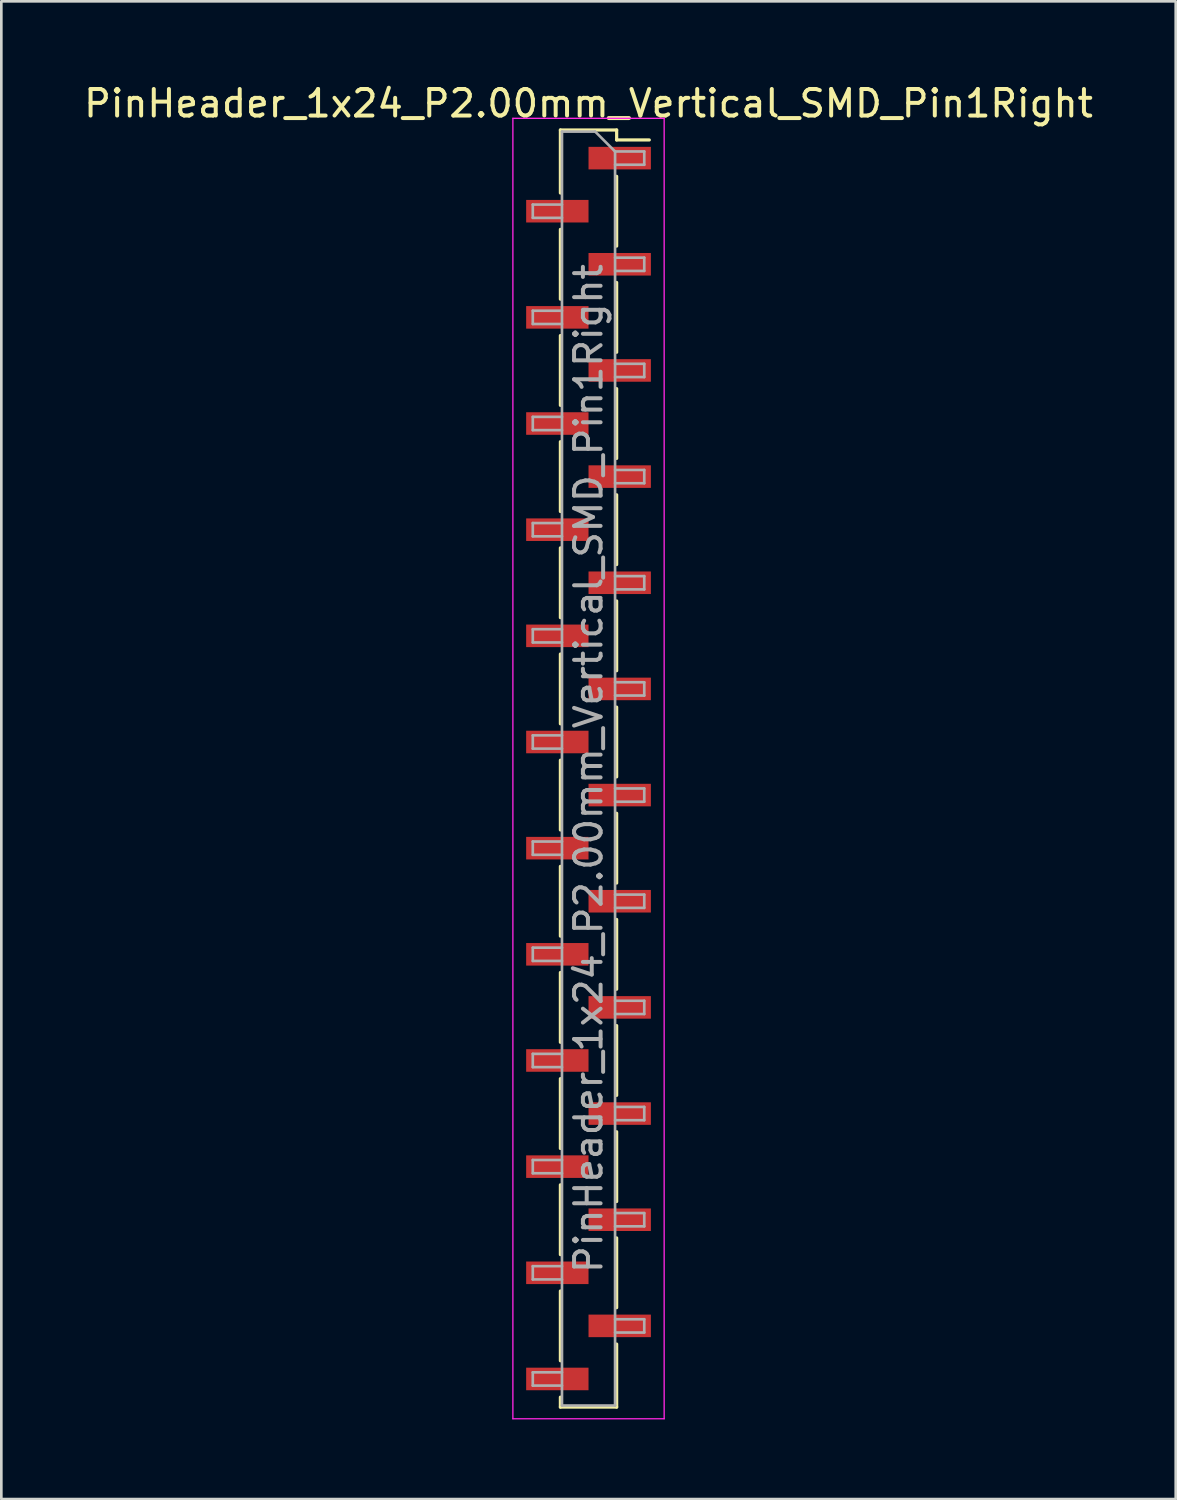
<source format=kicad_pcb>
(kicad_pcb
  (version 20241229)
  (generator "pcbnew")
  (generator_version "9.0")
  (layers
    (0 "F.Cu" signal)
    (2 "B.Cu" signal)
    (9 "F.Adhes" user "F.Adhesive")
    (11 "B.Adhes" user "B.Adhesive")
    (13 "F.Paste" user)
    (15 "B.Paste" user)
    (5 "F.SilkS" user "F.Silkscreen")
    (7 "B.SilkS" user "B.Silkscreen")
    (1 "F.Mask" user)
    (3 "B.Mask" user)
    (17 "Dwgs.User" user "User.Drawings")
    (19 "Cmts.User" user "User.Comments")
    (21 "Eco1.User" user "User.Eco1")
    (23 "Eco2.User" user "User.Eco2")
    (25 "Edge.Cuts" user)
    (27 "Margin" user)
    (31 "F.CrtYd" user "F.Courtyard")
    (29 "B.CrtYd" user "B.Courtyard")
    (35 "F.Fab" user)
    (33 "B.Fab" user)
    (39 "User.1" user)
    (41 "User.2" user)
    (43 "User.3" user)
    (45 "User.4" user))
  (footprint "PinHeader_1x24_P2.00mm_Vertical_SMD_Pin1Right"
    (layer "F.Cu")
    (at 19.125 25.908)
    (property "Reference" "PinHeader_1x24_P2.00mm_Vertical_SMD_Pin1Right" (at 0 -25.06 0) (layer "F.SilkS") (effects (font (size 1 1) (thickness 0.15))))
    (attr smd)
    (fp_line (start -1.06 -24.06) (end -1.06 -21.685) (stroke (width 0.12) (type solid)) (layer "F.SilkS"))
    (fp_line (start -1.06 -24.06) (end 1.06 -24.06) (stroke (width 0.12) (type solid)) (layer "F.SilkS"))
    (fp_line (start -1.06 -20.315) (end -1.06 -17.685) (stroke (width 0.12) (type solid)) (layer "F.SilkS"))
    (fp_line (start -1.06 -16.315) (end -1.06 -13.685) (stroke (width 0.12) (type solid)) (layer "F.SilkS"))
    (fp_line (start -1.06 -12.315) (end -1.06 -9.685) (stroke (width 0.12) (type solid)) (layer "F.SilkS"))
    (fp_line (start -1.06 -8.315) (end -1.06 -5.685) (stroke (width 0.12) (type solid)) (layer "F.SilkS"))
    (fp_line (start -1.06 -4.315) (end -1.06 -1.685) (stroke (width 0.12) (type solid)) (layer "F.SilkS"))
    (fp_line (start -1.06 -0.315) (end -1.06 2.315) (stroke (width 0.12) (type solid)) (layer "F.SilkS"))
    (fp_line (start -1.06 3.685) (end -1.06 6.315) (stroke (width 0.12) (type solid)) (layer "F.SilkS"))
    (fp_line (start -1.06 7.685) (end -1.06 10.315) (stroke (width 0.12) (type solid)) (layer "F.SilkS"))
    (fp_line (start -1.06 11.685) (end -1.06 14.315) (stroke (width 0.12) (type solid)) (layer "F.SilkS"))
    (fp_line (start -1.06 15.685) (end -1.06 18.315) (stroke (width 0.12) (type solid)) (layer "F.SilkS"))
    (fp_line (start -1.06 19.685) (end -1.06 22.315) (stroke (width 0.12) (type solid)) (layer "F.SilkS"))
    (fp_line (start -1.06 23.685) (end -1.06 24.06) (stroke (width 0.12) (type solid)) (layer "F.SilkS"))
    (fp_line (start -1.06 24.06) (end 1.06 24.06) (stroke (width 0.12) (type solid)) (layer "F.SilkS"))
    (fp_line (start 1.06 -24.06) (end 1.06 -23.685) (stroke (width 0.12) (type solid)) (layer "F.SilkS"))
    (fp_line (start 1.06 -23.685) (end 2.29 -23.685) (stroke (width 0.12) (type solid)) (layer "F.SilkS"))
    (fp_line (start 1.06 -22.315) (end 1.06 -19.685) (stroke (width 0.12) (type solid)) (layer "F.SilkS"))
    (fp_line (start 1.06 -18.315) (end 1.06 -15.685) (stroke (width 0.12) (type solid)) (layer "F.SilkS"))
    (fp_line (start 1.06 -14.315) (end 1.06 -11.685) (stroke (width 0.12) (type solid)) (layer "F.SilkS"))
    (fp_line (start 1.06 -10.315) (end 1.06 -7.685) (stroke (width 0.12) (type solid)) (layer "F.SilkS"))
    (fp_line (start 1.06 -6.315) (end 1.06 -3.685) (stroke (width 0.12) (type solid)) (layer "F.SilkS"))
    (fp_line (start 1.06 -2.315) (end 1.06 0.315) (stroke (width 0.12) (type solid)) (layer "F.SilkS"))
    (fp_line (start 1.06 1.685) (end 1.06 4.315) (stroke (width 0.12) (type solid)) (layer "F.SilkS"))
    (fp_line (start 1.06 5.685) (end 1.06 8.315) (stroke (width 0.12) (type solid)) (layer "F.SilkS"))
    (fp_line (start 1.06 9.685) (end 1.06 12.315) (stroke (width 0.12) (type solid)) (layer "F.SilkS"))
    (fp_line (start 1.06 13.685) (end 1.06 16.315) (stroke (width 0.12) (type solid)) (layer "F.SilkS"))
    (fp_line (start 1.06 17.685) (end 1.06 20.315) (stroke (width 0.12) (type solid)) (layer "F.SilkS"))
    (fp_line (start 1.06 21.685) (end 1.06 24.06) (stroke (width 0.12) (type solid)) (layer "F.SilkS"))
    (fp_line (start -2.85 -24.5) (end -2.85 24.5) (stroke (width 0.05) (type solid)) (layer "F.CrtYd"))
    (fp_line (start -2.85 24.5) (end 2.85 24.5) (stroke (width 0.05) (type solid)) (layer "F.CrtYd"))
    (fp_line (start 2.85 -24.5) (end -2.85 -24.5) (stroke (width 0.05) (type solid)) (layer "F.CrtYd"))
    (fp_line (start 2.85 24.5) (end 2.85 -24.5) (stroke (width 0.05) (type solid)) (layer "F.CrtYd"))
    (fp_line (start -2.1 -21.25) (end -2.1 -20.75) (stroke (width 0.1) (type solid)) (layer "F.Fab"))
    (fp_line (start -2.1 -20.75) (end -1 -20.75) (stroke (width 0.1) (type solid)) (layer "F.Fab"))
    (fp_line (start -2.1 -17.25) (end -2.1 -16.75) (stroke (width 0.1) (type solid)) (layer "F.Fab"))
    (fp_line (start -2.1 -16.75) (end -1 -16.75) (stroke (width 0.1) (type solid)) (layer "F.Fab"))
    (fp_line (start -2.1 -13.25) (end -2.1 -12.75) (stroke (width 0.1) (type solid)) (layer "F.Fab"))
    (fp_line (start -2.1 -12.75) (end -1 -12.75) (stroke (width 0.1) (type solid)) (layer "F.Fab"))
    (fp_line (start -2.1 -9.25) (end -2.1 -8.75) (stroke (width 0.1) (type solid)) (layer "F.Fab"))
    (fp_line (start -2.1 -8.75) (end -1 -8.75) (stroke (width 0.1) (type solid)) (layer "F.Fab"))
    (fp_line (start -2.1 -5.25) (end -2.1 -4.75) (stroke (width 0.1) (type solid)) (layer "F.Fab"))
    (fp_line (start -2.1 -4.75) (end -1 -4.75) (stroke (width 0.1) (type solid)) (layer "F.Fab"))
    (fp_line (start -2.1 -1.25) (end -2.1 -0.75) (stroke (width 0.1) (type solid)) (layer "F.Fab"))
    (fp_line (start -2.1 -0.75) (end -1 -0.75) (stroke (width 0.1) (type solid)) (layer "F.Fab"))
    (fp_line (start -2.1 2.75) (end -2.1 3.25) (stroke (width 0.1) (type solid)) (layer "F.Fab"))
    (fp_line (start -2.1 3.25) (end -1 3.25) (stroke (width 0.1) (type solid)) (layer "F.Fab"))
    (fp_line (start -2.1 6.75) (end -2.1 7.25) (stroke (width 0.1) (type solid)) (layer "F.Fab"))
    (fp_line (start -2.1 7.25) (end -1 7.25) (stroke (width 0.1) (type solid)) (layer "F.Fab"))
    (fp_line (start -2.1 10.75) (end -2.1 11.25) (stroke (width 0.1) (type solid)) (layer "F.Fab"))
    (fp_line (start -2.1 11.25) (end -1 11.25) (stroke (width 0.1) (type solid)) (layer "F.Fab"))
    (fp_line (start -2.1 14.75) (end -2.1 15.25) (stroke (width 0.1) (type solid)) (layer "F.Fab"))
    (fp_line (start -2.1 15.25) (end -1 15.25) (stroke (width 0.1) (type solid)) (layer "F.Fab"))
    (fp_line (start -2.1 18.75) (end -2.1 19.25) (stroke (width 0.1) (type solid)) (layer "F.Fab"))
    (fp_line (start -2.1 19.25) (end -1 19.25) (stroke (width 0.1) (type solid)) (layer "F.Fab"))
    (fp_line (start -2.1 22.75) (end -2.1 23.25) (stroke (width 0.1) (type solid)) (layer "F.Fab"))
    (fp_line (start -2.1 23.25) (end -1 23.25) (stroke (width 0.1) (type solid)) (layer "F.Fab"))
    (fp_line (start -1 -24) (end -1 24) (stroke (width 0.1) (type solid)) (layer "F.Fab"))
    (fp_line (start -1 -24) (end 0.25 -24) (stroke (width 0.1) (type solid)) (layer "F.Fab"))
    (fp_line (start -1 -21.25) (end -2.1 -21.25) (stroke (width 0.1) (type solid)) (layer "F.Fab"))
    (fp_line (start -1 -17.25) (end -2.1 -17.25) (stroke (width 0.1) (type solid)) (layer "F.Fab"))
    (fp_line (start -1 -13.25) (end -2.1 -13.25) (stroke (width 0.1) (type solid)) (layer "F.Fab"))
    (fp_line (start -1 -9.25) (end -2.1 -9.25) (stroke (width 0.1) (type solid)) (layer "F.Fab"))
    (fp_line (start -1 -5.25) (end -2.1 -5.25) (stroke (width 0.1) (type solid)) (layer "F.Fab"))
    (fp_line (start -1 -1.25) (end -2.1 -1.25) (stroke (width 0.1) (type solid)) (layer "F.Fab"))
    (fp_line (start -1 2.75) (end -2.1 2.75) (stroke (width 0.1) (type solid)) (layer "F.Fab"))
    (fp_line (start -1 6.75) (end -2.1 6.75) (stroke (width 0.1) (type solid)) (layer "F.Fab"))
    (fp_line (start -1 10.75) (end -2.1 10.75) (stroke (width 0.1) (type solid)) (layer "F.Fab"))
    (fp_line (start -1 14.75) (end -2.1 14.75) (stroke (width 0.1) (type solid)) (layer "F.Fab"))
    (fp_line (start -1 18.75) (end -2.1 18.75) (stroke (width 0.1) (type solid)) (layer "F.Fab"))
    (fp_line (start -1 22.75) (end -2.1 22.75) (stroke (width 0.1) (type solid)) (layer "F.Fab"))
    (fp_line (start 1 -23.25) (end 0.25 -24) (stroke (width 0.1) (type solid)) (layer "F.Fab"))
    (fp_line (start 1 -23.25) (end 2.1 -23.25) (stroke (width 0.1) (type solid)) (layer "F.Fab"))
    (fp_line (start 1 -19.25) (end 2.1 -19.25) (stroke (width 0.1) (type solid)) (layer "F.Fab"))
    (fp_line (start 1 -15.25) (end 2.1 -15.25) (stroke (width 0.1) (type solid)) (layer "F.Fab"))
    (fp_line (start 1 -11.25) (end 2.1 -11.25) (stroke (width 0.1) (type solid)) (layer "F.Fab"))
    (fp_line (start 1 -7.25) (end 2.1 -7.25) (stroke (width 0.1) (type solid)) (layer "F.Fab"))
    (fp_line (start 1 -3.25) (end 2.1 -3.25) (stroke (width 0.1) (type solid)) (layer "F.Fab"))
    (fp_line (start 1 0.75) (end 2.1 0.75) (stroke (width 0.1) (type solid)) (layer "F.Fab"))
    (fp_line (start 1 4.75) (end 2.1 4.75) (stroke (width 0.1) (type solid)) (layer "F.Fab"))
    (fp_line (start 1 8.75) (end 2.1 8.75) (stroke (width 0.1) (type solid)) (layer "F.Fab"))
    (fp_line (start 1 12.75) (end 2.1 12.75) (stroke (width 0.1) (type solid)) (layer "F.Fab"))
    (fp_line (start 1 16.75) (end 2.1 16.75) (stroke (width 0.1) (type solid)) (layer "F.Fab"))
    (fp_line (start 1 20.75) (end 2.1 20.75) (stroke (width 0.1) (type solid)) (layer "F.Fab"))
    (fp_line (start 1 24) (end -1 24) (stroke (width 0.1) (type solid)) (layer "F.Fab"))
    (fp_line (start 1 24) (end 1 -23.25) (stroke (width 0.1) (type solid)) (layer "F.Fab"))
    (fp_line (start 2.1 -23.25) (end 2.1 -22.75) (stroke (width 0.1) (type solid)) (layer "F.Fab"))
    (fp_line (start 2.1 -22.75) (end 1 -22.75) (stroke (width 0.1) (type solid)) (layer "F.Fab"))
    (fp_line (start 2.1 -19.25) (end 2.1 -18.75) (stroke (width 0.1) (type solid)) (layer "F.Fab"))
    (fp_line (start 2.1 -18.75) (end 1 -18.75) (stroke (width 0.1) (type solid)) (layer "F.Fab"))
    (fp_line (start 2.1 -15.25) (end 2.1 -14.75) (stroke (width 0.1) (type solid)) (layer "F.Fab"))
    (fp_line (start 2.1 -14.75) (end 1 -14.75) (stroke (width 0.1) (type solid)) (layer "F.Fab"))
    (fp_line (start 2.1 -11.25) (end 2.1 -10.75) (stroke (width 0.1) (type solid)) (layer "F.Fab"))
    (fp_line (start 2.1 -10.75) (end 1 -10.75) (stroke (width 0.1) (type solid)) (layer "F.Fab"))
    (fp_line (start 2.1 -7.25) (end 2.1 -6.75) (stroke (width 0.1) (type solid)) (layer "F.Fab"))
    (fp_line (start 2.1 -6.75) (end 1 -6.75) (stroke (width 0.1) (type solid)) (layer "F.Fab"))
    (fp_line (start 2.1 -3.25) (end 2.1 -2.75) (stroke (width 0.1) (type solid)) (layer "F.Fab"))
    (fp_line (start 2.1 -2.75) (end 1 -2.75) (stroke (width 0.1) (type solid)) (layer "F.Fab"))
    (fp_line (start 2.1 0.75) (end 2.1 1.25) (stroke (width 0.1) (type solid)) (layer "F.Fab"))
    (fp_line (start 2.1 1.25) (end 1 1.25) (stroke (width 0.1) (type solid)) (layer "F.Fab"))
    (fp_line (start 2.1 4.75) (end 2.1 5.25) (stroke (width 0.1) (type solid)) (layer "F.Fab"))
    (fp_line (start 2.1 5.25) (end 1 5.25) (stroke (width 0.1) (type solid)) (layer "F.Fab"))
    (fp_line (start 2.1 8.75) (end 2.1 9.25) (stroke (width 0.1) (type solid)) (layer "F.Fab"))
    (fp_line (start 2.1 9.25) (end 1 9.25) (stroke (width 0.1) (type solid)) (layer "F.Fab"))
    (fp_line (start 2.1 12.75) (end 2.1 13.25) (stroke (width 0.1) (type solid)) (layer "F.Fab"))
    (fp_line (start 2.1 13.25) (end 1 13.25) (stroke (width 0.1) (type solid)) (layer "F.Fab"))
    (fp_line (start 2.1 16.75) (end 2.1 17.25) (stroke (width 0.1) (type solid)) (layer "F.Fab"))
    (fp_line (start 2.1 17.25) (end 1 17.25) (stroke (width 0.1) (type solid)) (layer "F.Fab"))
    (fp_line (start 2.1 20.75) (end 2.1 21.25) (stroke (width 0.1) (type solid)) (layer "F.Fab"))
    (fp_line (start 2.1 21.25) (end 1 21.25) (stroke (width 0.1) (type solid)) (layer "F.Fab"))
    (fp_text user "${REFERENCE}" (at 0 0 90) (layer "F.Fab") (effects (font (size 1 1) (thickness 0.15))))
    (pad "1" smd rect (at 1.175 -23) (size 2.35 0.85) (layers "F.Cu" "F.Mask" "F.Paste"))
    (pad "2" smd rect (at -1.175 -21) (size 2.35 0.85) (layers "F.Cu" "F.Mask" "F.Paste"))
    (pad "3" smd rect (at 1.175 -19) (size 2.35 0.85) (layers "F.Cu" "F.Mask" "F.Paste"))
    (pad "4" smd rect (at -1.175 -17) (size 2.35 0.85) (layers "F.Cu" "F.Mask" "F.Paste"))
    (pad "5" smd rect (at 1.175 -15) (size 2.35 0.85) (layers "F.Cu" "F.Mask" "F.Paste"))
    (pad "6" smd rect (at -1.175 -13) (size 2.35 0.85) (layers "F.Cu" "F.Mask" "F.Paste"))
    (pad "7" smd rect (at 1.175 -11) (size 2.35 0.85) (layers "F.Cu" "F.Mask" "F.Paste"))
    (pad "8" smd rect (at -1.175 -9) (size 2.35 0.85) (layers "F.Cu" "F.Mask" "F.Paste"))
    (pad "9" smd rect (at 1.175 -7) (size 2.35 0.85) (layers "F.Cu" "F.Mask" "F.Paste"))
    (pad "10" smd rect (at -1.175 -5) (size 2.35 0.85) (layers "F.Cu" "F.Mask" "F.Paste"))
    (pad "11" smd rect (at 1.175 -3) (size 2.35 0.85) (layers "F.Cu" "F.Mask" "F.Paste"))
    (pad "12" smd rect (at -1.175 -1) (size 2.35 0.85) (layers "F.Cu" "F.Mask" "F.Paste"))
    (pad "13" smd rect (at 1.175 1) (size 2.35 0.85) (layers "F.Cu" "F.Mask" "F.Paste"))
    (pad "14" smd rect (at -1.175 3) (size 2.35 0.85) (layers "F.Cu" "F.Mask" "F.Paste"))
    (pad "15" smd rect (at 1.175 5) (size 2.35 0.85) (layers "F.Cu" "F.Mask" "F.Paste"))
    (pad "16" smd rect (at -1.175 7) (size 2.35 0.85) (layers "F.Cu" "F.Mask" "F.Paste"))
    (pad "17" smd rect (at 1.175 9) (size 2.35 0.85) (layers "F.Cu" "F.Mask" "F.Paste"))
    (pad "18" smd rect (at -1.175 11) (size 2.35 0.85) (layers "F.Cu" "F.Mask" "F.Paste"))
    (pad "19" smd rect (at 1.175 13) (size 2.35 0.85) (layers "F.Cu" "F.Mask" "F.Paste"))
    (pad "20" smd rect (at -1.175 15) (size 2.35 0.85) (layers "F.Cu" "F.Mask" "F.Paste"))
    (pad "21" smd rect (at 1.175 17) (size 2.35 0.85) (layers "F.Cu" "F.Mask" "F.Paste"))
    (pad "22" smd rect (at -1.175 19) (size 2.35 0.85) (layers "F.Cu" "F.Mask" "F.Paste"))
    (pad "23" smd rect (at 1.175 21) (size 2.35 0.85) (layers "F.Cu" "F.Mask" "F.Paste"))
    (pad "24" smd rect (at -1.175 23) (size 2.35 0.85) (layers "F.Cu" "F.Mask" "F.Paste")))
  (gr_rect
    (start -3 -3)
    (end 41.25 53.433)
    (stroke (width 0.1) (type default))
    (fill no)
    (layer "Edge.Cuts")))
</source>
